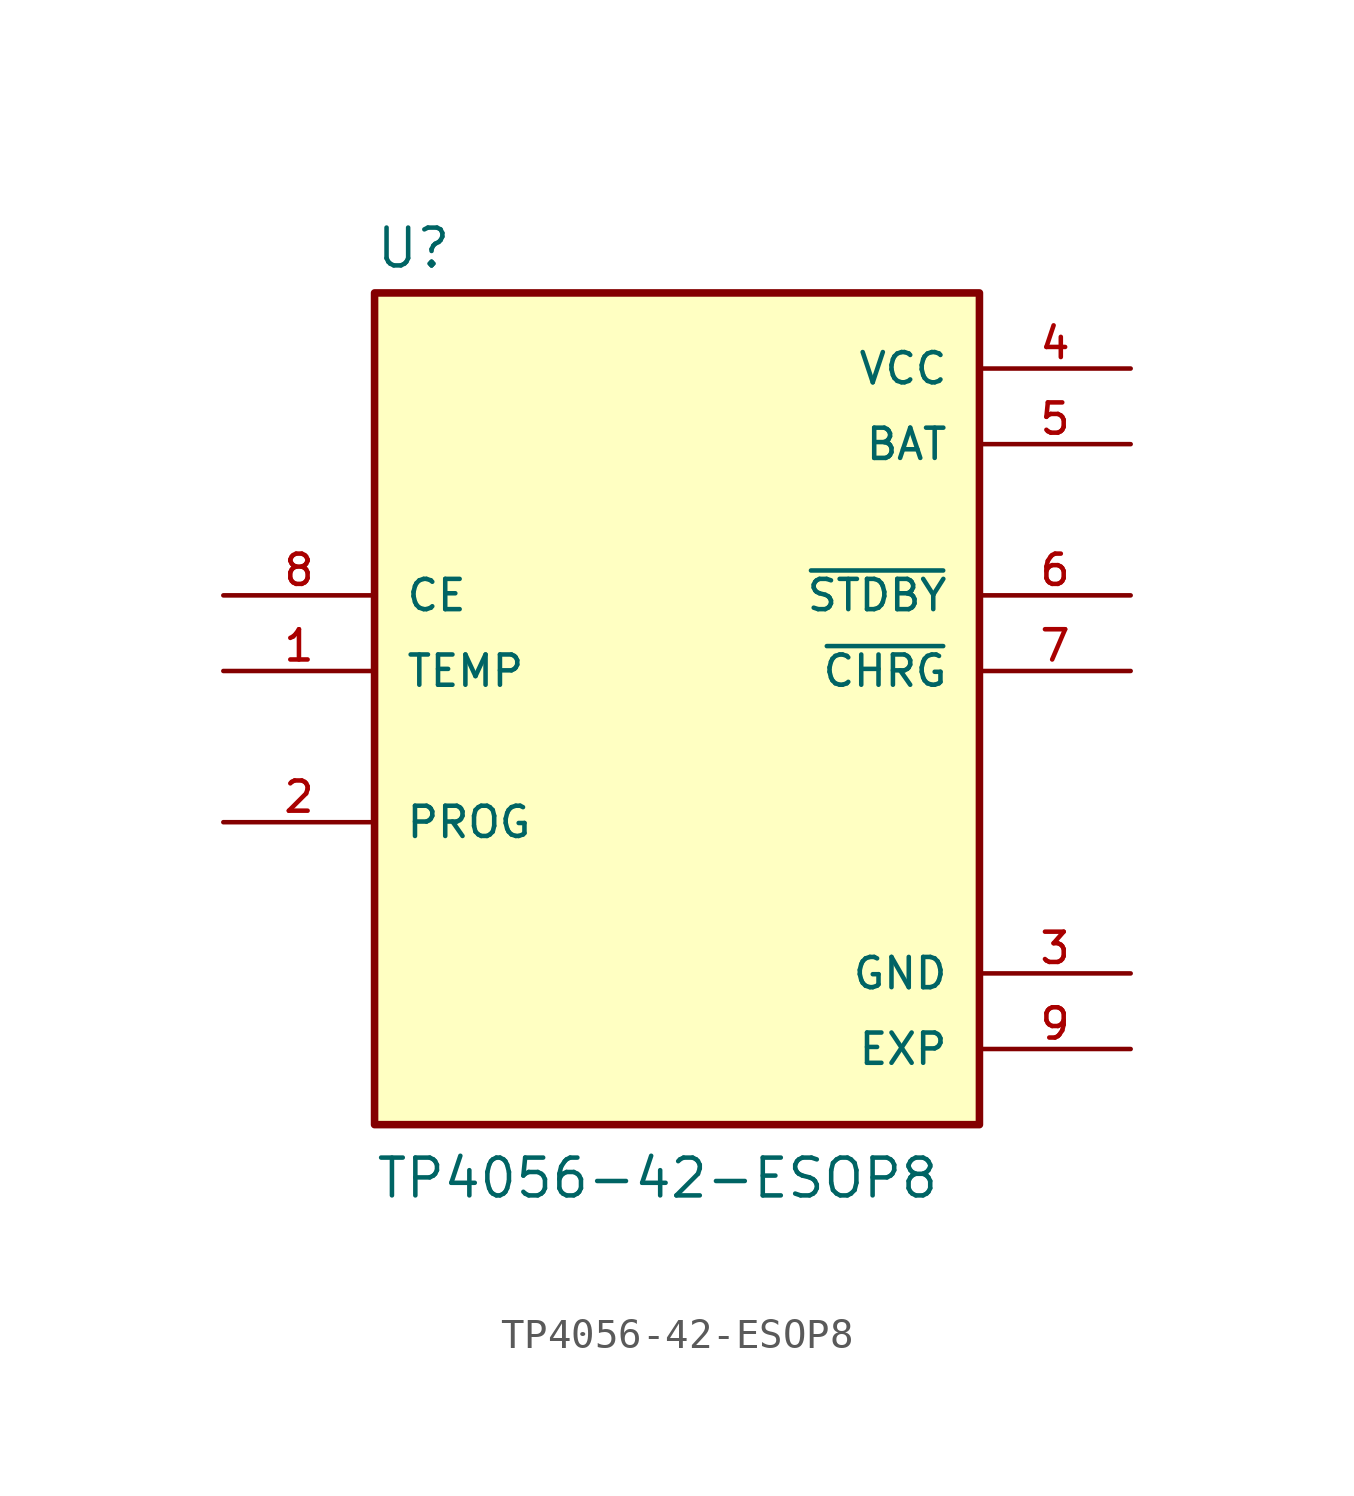
<source format=kicad_sym>
(kicad_symbol_lib
  (version 20211014)
  (generator kicad_symbol_editor)
  (symbol "TP4056-42-ESOP8"
    (pin_names
      (offset 1.016))
    (property "Reference" "U"
      (at -10.16 16.002 0)
      (effects (font (size 1.27 1.27)) (justify bottom left)))
    (property "Value" "TP4056-42-ESOP8"
      (at -10.16 -15.24 0)
      (effects (font (size 1.27 1.27)) (justify bottom left)))
    (symbol "TP4056-42-ESOP8_0_0"
      (rectangle (start -10.16 -12.7) (end 10.16 15.24) (stroke (width 0.254)) (fill (type background)))
      (pin input line (at -15.24 2.54 0) (length 5.08) (name "TEMP" (effects (font (size 1.016 1.016)))) (number "1" (effects (font (size 1.016 1.016)))))
      (pin passive line (at -15.24 -2.54 0) (length 5.08) (name "PROG" (effects (font (size 1.016 1.016)))) (number "2" (effects (font (size 1.016 1.016)))))
      (pin power_in line (at 15.24 -7.62 180.0) (length 5.08) (name "GND" (effects (font (size 1.016 1.016)))) (number "3" (effects (font (size 1.016 1.016)))))
      (pin power_in line (at 15.24 12.7 180.0) (length 5.08) (name "VCC" (effects (font (size 1.016 1.016)))) (number "4" (effects (font (size 1.016 1.016)))))
      (pin power_in line (at 15.24 10.16 180.0) (length 5.08) (name "BAT" (effects (font (size 1.016 1.016)))) (number "5" (effects (font (size 1.016 1.016)))))
      (pin output line (at 15.24 5.08 180.0) (length 5.08) (name "~{STDBY}" (effects (font (size 1.016 1.016)))) (number "6" (effects (font (size 1.016 1.016)))))
      (pin output line (at 15.24 2.54 180.0) (length 5.08) (name "~{CHRG}" (effects (font (size 1.016 1.016)))) (number "7" (effects (font (size 1.016 1.016)))))
      (pin input line (at -15.24 5.08 0) (length 5.08) (name "CE" (effects (font (size 1.016 1.016)))) (number "8" (effects (font (size 1.016 1.016)))))
      (pin passive line (at 15.24 -10.16 180.0) (length 5.08) (name "EXP" (effects (font (size 1.016 1.016)))) (number "9" (effects (font (size 1.016 1.016))))))))
</source>
